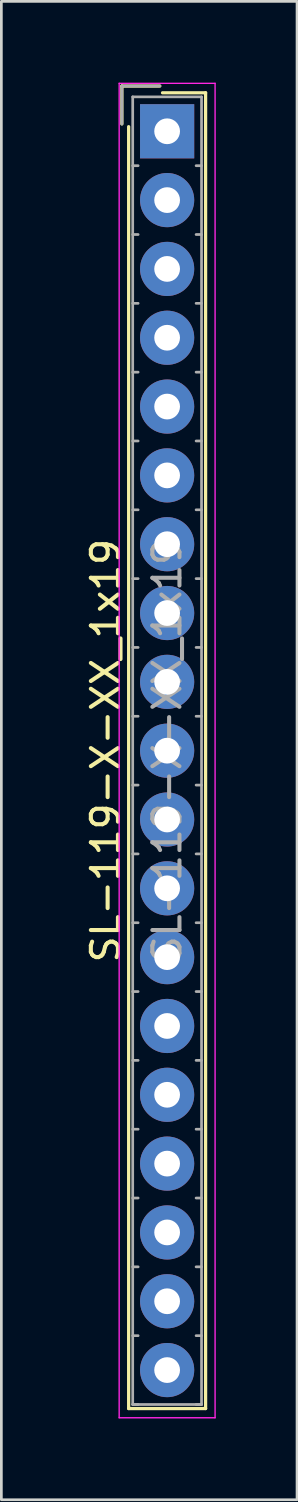
<source format=kicad_pcb>
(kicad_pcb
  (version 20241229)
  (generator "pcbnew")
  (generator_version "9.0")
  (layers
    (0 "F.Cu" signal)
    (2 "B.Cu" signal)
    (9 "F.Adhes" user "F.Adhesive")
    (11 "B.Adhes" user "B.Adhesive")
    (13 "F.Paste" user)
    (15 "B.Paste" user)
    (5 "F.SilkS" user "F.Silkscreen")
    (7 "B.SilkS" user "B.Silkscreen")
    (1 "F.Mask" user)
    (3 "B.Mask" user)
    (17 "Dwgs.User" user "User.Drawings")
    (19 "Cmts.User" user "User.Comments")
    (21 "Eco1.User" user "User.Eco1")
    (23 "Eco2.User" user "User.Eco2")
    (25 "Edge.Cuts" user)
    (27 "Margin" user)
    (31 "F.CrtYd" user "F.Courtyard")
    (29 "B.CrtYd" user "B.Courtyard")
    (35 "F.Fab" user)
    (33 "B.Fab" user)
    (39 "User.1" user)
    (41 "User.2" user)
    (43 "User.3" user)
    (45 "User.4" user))
  (footprint "SL-119-X-XX_1x19"
    (layer "F.Cu")
    (at 3.118 1.795)
    (property "Reference" "SL-119-X-XX_1x19" (at -2.27 22.86 90) (layer "F.SilkS") (effects (font (size 1 1) (thickness 0.15))))
    (attr through_hole)
    (fp_line (start -1.67 -1.67) (end -1.67 -0.27) (stroke (width 0.12) (type solid)) (layer "F.SilkS"))
    (fp_line (start -1.42 47.14) (end -1.42 -0.17) (stroke (width 0.12) (type solid)) (layer "F.SilkS"))
    (fp_line (start -0.27 -1.67) (end -1.67 -1.67) (stroke (width 0.12) (type solid)) (layer "F.SilkS"))
    (fp_line (start -0.17 -1.42) (end 1.42 -1.42) (stroke (width 0.12) (type solid)) (layer "F.SilkS"))
    (fp_line (start 1.42 -1.42) (end 1.42 47.14) (stroke (width 0.12) (type solid)) (layer "F.SilkS"))
    (fp_line (start 1.42 47.14) (end -1.42 47.14) (stroke (width 0.12) (type solid)) (layer "F.SilkS"))
    (fp_line (start -1.77 -1.77) (end -1.77 47.48) (stroke (width 0.05) (type solid)) (layer "F.CrtYd"))
    (fp_line (start -1.77 47.48) (end 1.77 47.48) (stroke (width 0.05) (type solid)) (layer "F.CrtYd"))
    (fp_line (start 1.77 -1.77) (end -1.77 -1.77) (stroke (width 0.05) (type solid)) (layer "F.CrtYd"))
    (fp_line (start 1.77 47.48) (end 1.77 -1.77) (stroke (width 0.05) (type solid)) (layer "F.CrtYd"))
    (fp_line (start -1.67 -1.67) (end -1.67 -0.27) (stroke (width 0.1) (type solid)) (layer "F.Fab"))
    (fp_line (start -1.27 -1.27) (end -1.27 46.99) (stroke (width 0.1) (type solid)) (layer "F.Fab"))
    (fp_line (start -1.27 1.27) (end -1.07 1.27) (stroke (width 0.1) (type solid)) (layer "F.Fab"))
    (fp_line (start -1.27 3.81) (end -1.07 3.81) (stroke (width 0.1) (type solid)) (layer "F.Fab"))
    (fp_line (start -1.27 6.35) (end -1.07 6.35) (stroke (width 0.1) (type solid)) (layer "F.Fab"))
    (fp_line (start -1.27 8.89) (end -1.07 8.89) (stroke (width 0.1) (type solid)) (layer "F.Fab"))
    (fp_line (start -1.27 11.43) (end -1.07 11.43) (stroke (width 0.1) (type solid)) (layer "F.Fab"))
    (fp_line (start -1.27 13.97) (end -1.07 13.97) (stroke (width 0.1) (type solid)) (layer "F.Fab"))
    (fp_line (start -1.27 16.51) (end -1.07 16.51) (stroke (width 0.1) (type solid)) (layer "F.Fab"))
    (fp_line (start -1.27 19.05) (end -1.07 19.05) (stroke (width 0.1) (type solid)) (layer "F.Fab"))
    (fp_line (start -1.27 21.59) (end -1.07 21.59) (stroke (width 0.1) (type solid)) (layer "F.Fab"))
    (fp_line (start -1.27 24.13) (end -1.07 24.13) (stroke (width 0.1) (type solid)) (layer "F.Fab"))
    (fp_line (start -1.27 26.67) (end -1.07 26.67) (stroke (width 0.1) (type solid)) (layer "F.Fab"))
    (fp_line (start -1.27 29.21) (end -1.07 29.21) (stroke (width 0.1) (type solid)) (layer "F.Fab"))
    (fp_line (start -1.27 31.75) (end -1.07 31.75) (stroke (width 0.1) (type solid)) (layer "F.Fab"))
    (fp_line (start -1.27 34.29) (end -1.07 34.29) (stroke (width 0.1) (type solid)) (layer "F.Fab"))
    (fp_line (start -1.27 36.83) (end -1.07 36.83) (stroke (width 0.1) (type solid)) (layer "F.Fab"))
    (fp_line (start -1.27 39.37) (end -1.07 39.37) (stroke (width 0.1) (type solid)) (layer "F.Fab"))
    (fp_line (start -1.27 41.91) (end -1.07 41.91) (stroke (width 0.1) (type solid)) (layer "F.Fab"))
    (fp_line (start -1.27 44.45) (end -1.07 44.45) (stroke (width 0.1) (type solid)) (layer "F.Fab"))
    (fp_line (start -1.27 46.99) (end -1.07 46.99) (stroke (width 0.1) (type solid)) (layer "F.Fab"))
    (fp_line (start -1.27 46.99) (end 1.27 46.99) (stroke (width 0.1) (type solid)) (layer "F.Fab"))
    (fp_line (start -0.27 -1.67) (end -1.67 -1.67) (stroke (width 0.1) (type solid)) (layer "F.Fab"))
    (fp_line (start 1.27 -1.27) (end -1.27 -1.27) (stroke (width 0.1) (type solid)) (layer "F.Fab"))
    (fp_line (start 1.27 1.27) (end 1.07 1.27) (stroke (width 0.1) (type solid)) (layer "F.Fab"))
    (fp_line (start 1.27 3.81) (end 1.07 3.81) (stroke (width 0.1) (type solid)) (layer "F.Fab"))
    (fp_line (start 1.27 6.35) (end 1.07 6.35) (stroke (width 0.1) (type solid)) (layer "F.Fab"))
    (fp_line (start 1.27 8.89) (end 1.07 8.89) (stroke (width 0.1) (type solid)) (layer "F.Fab"))
    (fp_line (start 1.27 11.43) (end 1.07 11.43) (stroke (width 0.1) (type solid)) (layer "F.Fab"))
    (fp_line (start 1.27 13.97) (end 1.07 13.97) (stroke (width 0.1) (type solid)) (layer "F.Fab"))
    (fp_line (start 1.27 16.51) (end 1.07 16.51) (stroke (width 0.1) (type solid)) (layer "F.Fab"))
    (fp_line (start 1.27 19.05) (end 1.07 19.05) (stroke (width 0.1) (type solid)) (layer "F.Fab"))
    (fp_line (start 1.27 21.59) (end 1.07 21.59) (stroke (width 0.1) (type solid)) (layer "F.Fab"))
    (fp_line (start 1.27 24.13) (end 1.07 24.13) (stroke (width 0.1) (type solid)) (layer "F.Fab"))
    (fp_line (start 1.27 26.67) (end 1.07 26.67) (stroke (width 0.1) (type solid)) (layer "F.Fab"))
    (fp_line (start 1.27 29.21) (end 1.07 29.21) (stroke (width 0.1) (type solid)) (layer "F.Fab"))
    (fp_line (start 1.27 31.75) (end 1.07 31.75) (stroke (width 0.1) (type solid)) (layer "F.Fab"))
    (fp_line (start 1.27 34.29) (end 1.07 34.29) (stroke (width 0.1) (type solid)) (layer "F.Fab"))
    (fp_line (start 1.27 36.83) (end 1.07 36.83) (stroke (width 0.1) (type solid)) (layer "F.Fab"))
    (fp_line (start 1.27 39.37) (end 1.07 39.37) (stroke (width 0.1) (type solid)) (layer "F.Fab"))
    (fp_line (start 1.27 41.91) (end 1.07 41.91) (stroke (width 0.1) (type solid)) (layer "F.Fab"))
    (fp_line (start 1.27 44.45) (end 1.07 44.45) (stroke (width 0.1) (type solid)) (layer "F.Fab"))
    (fp_line (start 1.27 46.99) (end 1.07 46.99) (stroke (width 0.1) (type solid)) (layer "F.Fab"))
    (fp_line (start 1.27 46.99) (end 1.27 -1.27) (stroke (width 0.1) (type solid)) (layer "F.Fab"))
    (fp_text user "${REFERENCE}" (at 0 22.86 90) (layer "F.Fab") (effects (font (size 1 1) (thickness 0.15))))
    (pad "1" thru_hole rect (at 0 0) (size 2 2) (drill 0.95) (layers "*.Cu" "*.Mask"))
    (pad "2" thru_hole circle (at 0 2.54) (size 2 2) (drill 0.95) (layers "*.Cu" "*.Mask"))
    (pad "3" thru_hole circle (at 0 5.08) (size 2 2) (drill 0.95) (layers "*.Cu" "*.Mask"))
    (pad "4" thru_hole circle (at 0 7.62) (size 2 2) (drill 0.95) (layers "*.Cu" "*.Mask"))
    (pad "5" thru_hole circle (at 0 10.16) (size 2 2) (drill 0.95) (layers "*.Cu" "*.Mask"))
    (pad "6" thru_hole circle (at 0 12.7) (size 2 2) (drill 0.95) (layers "*.Cu" "*.Mask"))
    (pad "7" thru_hole circle (at 0 15.24) (size 2 2) (drill 0.95) (layers "*.Cu" "*.Mask"))
    (pad "8" thru_hole circle (at 0 17.78) (size 2 2) (drill 0.95) (layers "*.Cu" "*.Mask"))
    (pad "9" thru_hole circle (at 0 20.32) (size 2 2) (drill 0.95) (layers "*.Cu" "*.Mask"))
    (pad "10" thru_hole circle (at 0 22.86) (size 2 2) (drill 0.95) (layers "*.Cu" "*.Mask"))
    (pad "11" thru_hole circle (at 0 25.4) (size 2 2) (drill 0.95) (layers "*.Cu" "*.Mask"))
    (pad "12" thru_hole circle (at 0 27.94) (size 2 2) (drill 0.95) (layers "*.Cu" "*.Mask"))
    (pad "13" thru_hole circle (at 0 30.48) (size 2 2) (drill 0.95) (layers "*.Cu" "*.Mask"))
    (pad "14" thru_hole circle (at 0 33.02) (size 2 2) (drill 0.95) (layers "*.Cu" "*.Mask"))
    (pad "15" thru_hole circle (at 0 35.56) (size 2 2) (drill 0.95) (layers "*.Cu" "*.Mask"))
    (pad "16" thru_hole circle (at 0 38.1) (size 2 2) (drill 0.95) (layers "*.Cu" "*.Mask"))
    (pad "17" thru_hole circle (at 0 40.64) (size 2 2) (drill 0.95) (layers "*.Cu" "*.Mask"))
    (pad "18" thru_hole circle (at 0 43.18) (size 2 2) (drill 0.95) (layers "*.Cu" "*.Mask"))
    (pad "19" thru_hole circle (at 0 45.72) (size 2 2) (drill 0.95) (layers "*.Cu" "*.Mask")))
  (gr_rect
    (start -3 -3)
    (end 7.913 52.3)
    (stroke (width 0.1) (type default))
    (fill no)
    (layer "Edge.Cuts")))
</source>
